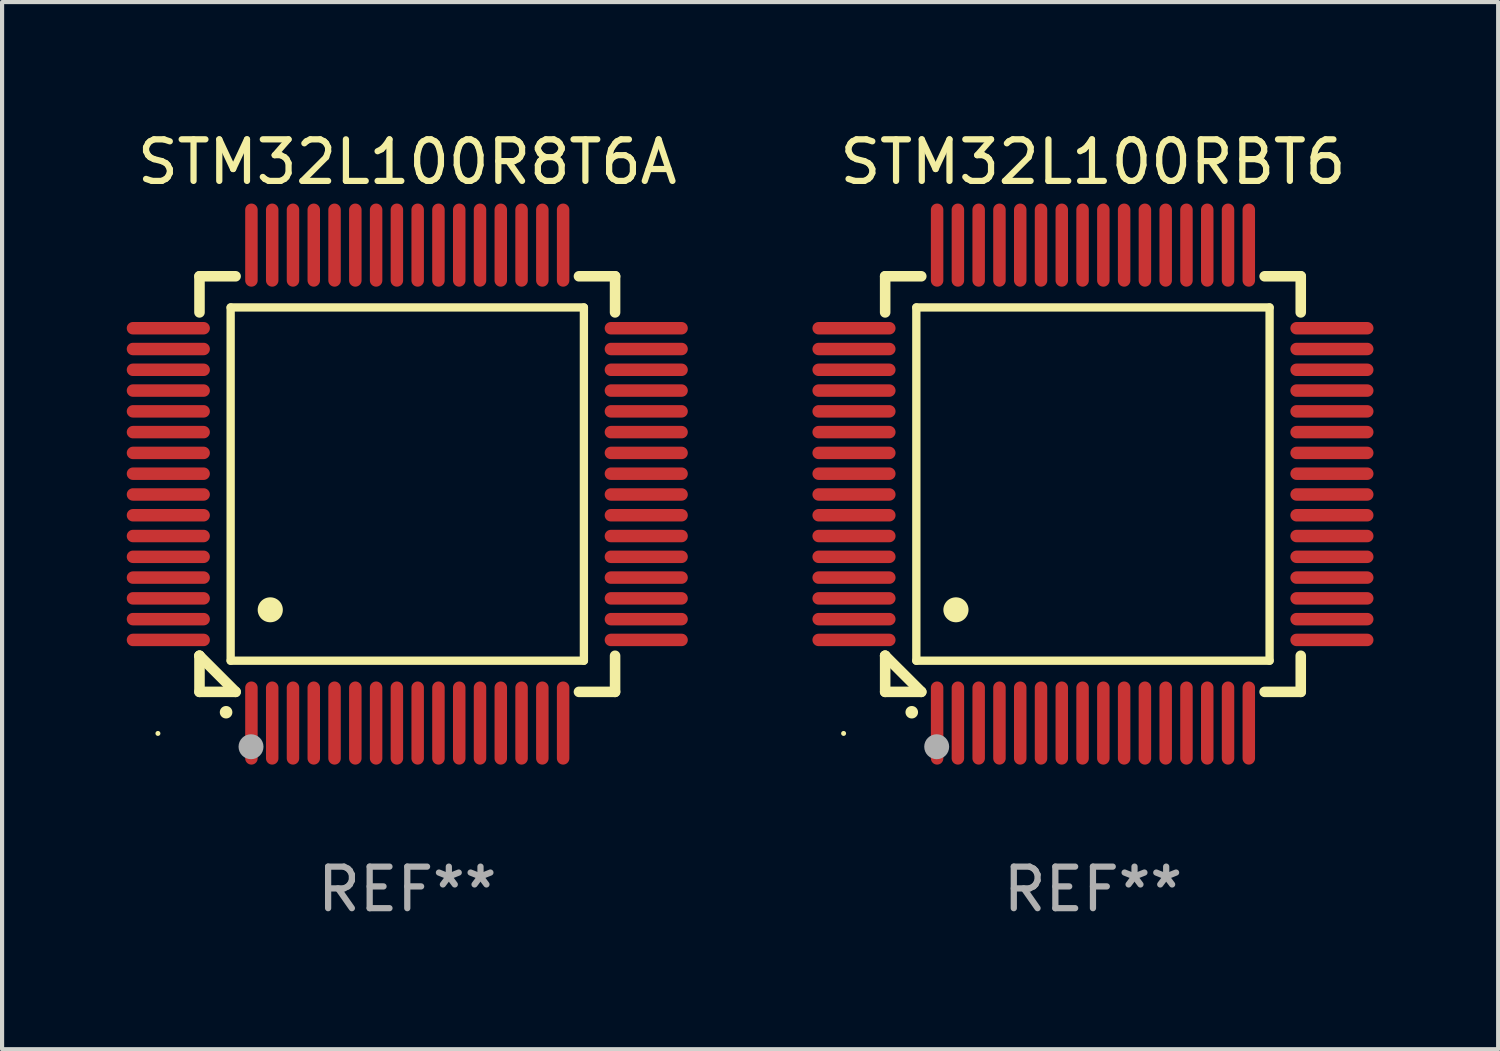
<source format=kicad_pcb>
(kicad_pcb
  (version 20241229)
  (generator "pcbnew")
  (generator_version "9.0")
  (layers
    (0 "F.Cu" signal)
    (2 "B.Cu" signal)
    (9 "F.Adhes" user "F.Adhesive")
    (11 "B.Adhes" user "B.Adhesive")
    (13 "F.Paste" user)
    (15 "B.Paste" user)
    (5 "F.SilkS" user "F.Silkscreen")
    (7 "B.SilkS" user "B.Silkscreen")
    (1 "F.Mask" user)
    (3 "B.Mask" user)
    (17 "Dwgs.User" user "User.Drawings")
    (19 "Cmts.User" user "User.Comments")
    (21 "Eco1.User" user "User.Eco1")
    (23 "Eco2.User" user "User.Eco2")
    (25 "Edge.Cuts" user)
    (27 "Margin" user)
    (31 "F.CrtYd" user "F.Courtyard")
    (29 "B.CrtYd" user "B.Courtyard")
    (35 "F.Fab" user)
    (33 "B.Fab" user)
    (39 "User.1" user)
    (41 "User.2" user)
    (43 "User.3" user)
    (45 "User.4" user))
  (footprint "STM32L100RBT6"
    (layer "F.Cu")
    (at 23.249 8.598)
    (property "Reference" "STM32L100RBT6" (at 0 -7.75 0) (layer "F.SilkS") (effects (font (size 1 1) (thickness 0.15))))
    (attr through_hole)
    (fp_line (start -5 -5) (end -4.131 -5) (stroke (width 0.254) (type solid)) (layer "F.SilkS"))
    (fp_line (start -5 -4.131) (end -5 -5) (stroke (width 0.254) (type solid)) (layer "F.SilkS"))
    (fp_line (start -5 4.131) (end -5 4.131) (stroke (width 0.254) (type solid)) (layer "F.SilkS"))
    (fp_line (start -5 5) (end -5 4.131) (stroke (width 0.254) (type solid)) (layer "F.SilkS"))
    (fp_line (start -5 4.131) (end -4.131 5) (stroke (width 0.254) (type solid)) (layer "F.SilkS"))
    (fp_line (start -4.25 -4.25) (end -4.25 4.25) (stroke (width 0.2) (type solid)) (layer "F.SilkS"))
    (fp_line (start -4.25 4.25) (end 4.25 4.25) (stroke (width 0.2) (type solid)) (layer "F.SilkS"))
    (fp_line (start -4.131 5) (end -5 5) (stroke (width 0.254) (type solid)) (layer "F.SilkS"))
    (fp_line (start 4.25 -4.25) (end -4.25 -4.25) (stroke (width 0.2) (type solid)) (layer "F.SilkS"))
    (fp_line (start 4.25 4.25) (end 4.25 -4.25) (stroke (width 0.2) (type solid)) (layer "F.SilkS"))
    (fp_line (start 5 -5) (end 4.131 -5) (stroke (width 0.254) (type solid)) (layer "F.SilkS"))
    (fp_line (start 5 -5) (end 5 -4.131) (stroke (width 0.254) (type solid)) (layer "F.SilkS"))
    (fp_line (start 5 4.131) (end 5 5) (stroke (width 0.254) (type solid)) (layer "F.SilkS"))
    (fp_line (start 5 5) (end 4.131 5) (stroke (width 0.254) (type solid)) (layer "F.SilkS"))
    (fp_arc (start -4.361265 5.489992) (mid -4.359995 5.489987) (end -4.358725 5.489992) (stroke (width 0.3) (type solid)) (layer "F.SilkS"))
    (fp_arc (start -3.299467 3.025146) (mid -3.296927 3.025135) (end -3.294387 3.025146) (stroke (width 0.6) (type solid)) (layer "F.SilkS"))
    (fp_circle (center -6 6) (end -5.97 6) (stroke (width 0.06) (type solid)) (fill no) (layer "F.SilkS"))
    (fp_circle (center -3.76 6.32) (end -3.61 6.32) (stroke (width 0.3) (type solid)) (fill no) (layer "F.Fab"))
    (fp_text user "REF**" (at 0 9.75 0) (layer "F.Fab") (effects (font (size 1 1) (thickness 0.15))))
    (pad "1" smd oval (at -3.75 5.75) (size 0.3 2) (layers "F.Cu" "F.Mask" "F.Paste"))
    (pad "2" smd oval (at -3.25 5.75) (size 0.3 2) (layers "F.Cu" "F.Mask" "F.Paste"))
    (pad "3" smd oval (at -2.75 5.75) (size 0.3 2) (layers "F.Cu" "F.Mask" "F.Paste"))
    (pad "4" smd oval (at -2.25 5.75) (size 0.3 2) (layers "F.Cu" "F.Mask" "F.Paste"))
    (pad "5" smd oval (at -1.75 5.75) (size 0.3 2) (layers "F.Cu" "F.Mask" "F.Paste"))
    (pad "6" smd oval (at -1.25 5.75) (size 0.3 2) (layers "F.Cu" "F.Mask" "F.Paste"))
    (pad "7" smd oval (at -0.75 5.75) (size 0.3 2) (layers "F.Cu" "F.Mask" "F.Paste"))
    (pad "8" smd oval (at -0.25 5.75) (size 0.3 2) (layers "F.Cu" "F.Mask" "F.Paste"))
    (pad "9" smd oval (at 0.25 5.75) (size 0.3 2) (layers "F.Cu" "F.Mask" "F.Paste"))
    (pad "10" smd oval (at 0.75 5.75) (size 0.3 2) (layers "F.Cu" "F.Mask" "F.Paste"))
    (pad "11" smd oval (at 1.25 5.75) (size 0.3 2) (layers "F.Cu" "F.Mask" "F.Paste"))
    (pad "12" smd oval (at 1.75 5.75) (size 0.3 2) (layers "F.Cu" "F.Mask" "F.Paste"))
    (pad "13" smd oval (at 2.25 5.75) (size 0.3 2) (layers "F.Cu" "F.Mask" "F.Paste"))
    (pad "14" smd oval (at 2.75 5.75) (size 0.3 2) (layers "F.Cu" "F.Mask" "F.Paste"))
    (pad "15" smd oval (at 3.25 5.75) (size 0.3 2) (layers "F.Cu" "F.Mask" "F.Paste"))
    (pad "16" smd oval (at 3.75 5.75) (size 0.3 2) (layers "F.Cu" "F.Mask" "F.Paste"))
    (pad "17" smd oval (at 5.75 3.75) (size 2 0.3) (layers "F.Cu" "F.Mask" "F.Paste"))
    (pad "18" smd oval (at 5.75 3.25) (size 2 0.3) (layers "F.Cu" "F.Mask" "F.Paste"))
    (pad "19" smd oval (at 5.75 2.75) (size 2 0.3) (layers "F.Cu" "F.Mask" "F.Paste"))
    (pad "20" smd oval (at 5.75 2.25) (size 2 0.3) (layers "F.Cu" "F.Mask" "F.Paste"))
    (pad "21" smd oval (at 5.75 1.75) (size 2 0.3) (layers "F.Cu" "F.Mask" "F.Paste"))
    (pad "22" smd oval (at 5.75 1.25) (size 2 0.3) (layers "F.Cu" "F.Mask" "F.Paste"))
    (pad "23" smd oval (at 5.75 0.75) (size 2 0.3) (layers "F.Cu" "F.Mask" "F.Paste"))
    (pad "24" smd oval (at 5.75 0.25) (size 2 0.3) (layers "F.Cu" "F.Mask" "F.Paste"))
    (pad "25" smd oval (at 5.75 -0.25) (size 2 0.3) (layers "F.Cu" "F.Mask" "F.Paste"))
    (pad "26" smd oval (at 5.75 -0.75) (size 2 0.3) (layers "F.Cu" "F.Mask" "F.Paste"))
    (pad "27" smd oval (at 5.75 -1.25) (size 2 0.3) (layers "F.Cu" "F.Mask" "F.Paste"))
    (pad "28" smd oval (at 5.75 -1.75) (size 2 0.3) (layers "F.Cu" "F.Mask" "F.Paste"))
    (pad "29" smd oval (at 5.75 -2.25) (size 2 0.3) (layers "F.Cu" "F.Mask" "F.Paste"))
    (pad "30" smd oval (at 5.75 -2.75) (size 2 0.3) (layers "F.Cu" "F.Mask" "F.Paste"))
    (pad "31" smd oval (at 5.75 -3.25) (size 2 0.3) (layers "F.Cu" "F.Mask" "F.Paste"))
    (pad "32" smd oval (at 5.75 -3.75) (size 2 0.3) (layers "F.Cu" "F.Mask" "F.Paste"))
    (pad "33" smd oval (at 3.75 -5.75) (size 0.3 2) (layers "F.Cu" "F.Mask" "F.Paste"))
    (pad "34" smd oval (at 3.25 -5.75) (size 0.3 2) (layers "F.Cu" "F.Mask" "F.Paste"))
    (pad "35" smd oval (at 2.75 -5.75) (size 0.3 2) (layers "F.Cu" "F.Mask" "F.Paste"))
    (pad "36" smd oval (at 2.25 -5.75) (size 0.3 2) (layers "F.Cu" "F.Mask" "F.Paste"))
    (pad "37" smd oval (at 1.75 -5.75) (size 0.3 2) (layers "F.Cu" "F.Mask" "F.Paste"))
    (pad "38" smd oval (at 1.25 -5.75) (size 0.3 2) (layers "F.Cu" "F.Mask" "F.Paste"))
    (pad "39" smd oval (at 0.75 -5.75) (size 0.3 2) (layers "F.Cu" "F.Mask" "F.Paste"))
    (pad "40" smd oval (at 0.25 -5.75) (size 0.3 2) (layers "F.Cu" "F.Mask" "F.Paste"))
    (pad "41" smd oval (at -0.25 -5.75) (size 0.3 2) (layers "F.Cu" "F.Mask" "F.Paste"))
    (pad "42" smd oval (at -0.75 -5.75) (size 0.3 2) (layers "F.Cu" "F.Mask" "F.Paste"))
    (pad "43" smd oval (at -1.25 -5.75) (size 0.3 2) (layers "F.Cu" "F.Mask" "F.Paste"))
    (pad "44" smd oval (at -1.75 -5.75) (size 0.3 2) (layers "F.Cu" "F.Mask" "F.Paste"))
    (pad "45" smd oval (at -2.25 -5.75) (size 0.3 2) (layers "F.Cu" "F.Mask" "F.Paste"))
    (pad "46" smd oval (at -2.75 -5.75) (size 0.3 2) (layers "F.Cu" "F.Mask" "F.Paste"))
    (pad "47" smd oval (at -3.25 -5.75) (size 0.3 2) (layers "F.Cu" "F.Mask" "F.Paste"))
    (pad "48" smd oval (at -3.75 -5.75) (size 0.3 2) (layers "F.Cu" "F.Mask" "F.Paste"))
    (pad "49" smd oval (at -5.75 -3.75) (size 2 0.3) (layers "F.Cu" "F.Mask" "F.Paste"))
    (pad "50" smd oval (at -5.75 -3.25) (size 2 0.3) (layers "F.Cu" "F.Mask" "F.Paste"))
    (pad "51" smd oval (at -5.75 -2.75) (size 2 0.3) (layers "F.Cu" "F.Mask" "F.Paste"))
    (pad "52" smd oval (at -5.75 -2.25) (size 2 0.3) (layers "F.Cu" "F.Mask" "F.Paste"))
    (pad "53" smd oval (at -5.75 -1.75) (size 2 0.3) (layers "F.Cu" "F.Mask" "F.Paste"))
    (pad "54" smd oval (at -5.75 -1.25) (size 2 0.3) (layers "F.Cu" "F.Mask" "F.Paste"))
    (pad "55" smd oval (at -5.75 -0.75) (size 2 0.3) (layers "F.Cu" "F.Mask" "F.Paste"))
    (pad "56" smd oval (at -5.75 -0.25) (size 2 0.3) (layers "F.Cu" "F.Mask" "F.Paste"))
    (pad "57" smd oval (at -5.75 0.25) (size 2 0.3) (layers "F.Cu" "F.Mask" "F.Paste"))
    (pad "58" smd oval (at -5.75 0.75) (size 2 0.3) (layers "F.Cu" "F.Mask" "F.Paste"))
    (pad "59" smd oval (at -5.75 1.25) (size 2 0.3) (layers "F.Cu" "F.Mask" "F.Paste"))
    (pad "60" smd oval (at -5.75 1.75) (size 2 0.3) (layers "F.Cu" "F.Mask" "F.Paste"))
    (pad "61" smd oval (at -5.75 2.25) (size 2 0.3) (layers "F.Cu" "F.Mask" "F.Paste"))
    (pad "62" smd oval (at -5.75 2.75) (size 2 0.3) (layers "F.Cu" "F.Mask" "F.Paste"))
    (pad "63" smd oval (at -5.75 3.25) (size 2 0.3) (layers "F.Cu" "F.Mask" "F.Paste"))
    (pad "64" smd oval (at -5.75 3.75) (size 2 0.3) (layers "F.Cu" "F.Mask" "F.Paste")))
  (footprint "STM32L100R8T6A"
    (layer "F.Cu")
    (at 6.75 8.598)
    (property "Reference" "STM32L100R8T6A" (at 0 -7.75 0) (layer "F.SilkS") (effects (font (size 1 1) (thickness 0.15))))
    (attr through_hole)
    (fp_line (start -5 -5) (end -4.131 -5) (stroke (width 0.254) (type solid)) (layer "F.SilkS"))
    (fp_line (start -5 -4.131) (end -5 -5) (stroke (width 0.254) (type solid)) (layer "F.SilkS"))
    (fp_line (start -5 4.131) (end -5 4.131) (stroke (width 0.254) (type solid)) (layer "F.SilkS"))
    (fp_line (start -5 5) (end -5 4.131) (stroke (width 0.254) (type solid)) (layer "F.SilkS"))
    (fp_line (start -5 4.131) (end -4.131 5) (stroke (width 0.254) (type solid)) (layer "F.SilkS"))
    (fp_line (start -4.25 -4.25) (end -4.25 4.25) (stroke (width 0.2) (type solid)) (layer "F.SilkS"))
    (fp_line (start -4.25 4.25) (end 4.25 4.25) (stroke (width 0.2) (type solid)) (layer "F.SilkS"))
    (fp_line (start -4.131 5) (end -5 5) (stroke (width 0.254) (type solid)) (layer "F.SilkS"))
    (fp_line (start 4.25 -4.25) (end -4.25 -4.25) (stroke (width 0.2) (type solid)) (layer "F.SilkS"))
    (fp_line (start 4.25 4.25) (end 4.25 -4.25) (stroke (width 0.2) (type solid)) (layer "F.SilkS"))
    (fp_line (start 5 -5) (end 4.131 -5) (stroke (width 0.254) (type solid)) (layer "F.SilkS"))
    (fp_line (start 5 -5) (end 5 -4.131) (stroke (width 0.254) (type solid)) (layer "F.SilkS"))
    (fp_line (start 5 4.131) (end 5 5) (stroke (width 0.254) (type solid)) (layer "F.SilkS"))
    (fp_line (start 5 5) (end 4.131 5) (stroke (width 0.254) (type solid)) (layer "F.SilkS"))
    (fp_arc (start -4.361265 5.489992) (mid -4.359995 5.489987) (end -4.358725 5.489992) (stroke (width 0.3) (type solid)) (layer "F.SilkS"))
    (fp_arc (start -3.299467 3.025146) (mid -3.296927 3.025135) (end -3.294387 3.025146) (stroke (width 0.6) (type solid)) (layer "F.SilkS"))
    (fp_circle (center -6 6) (end -5.97 6) (stroke (width 0.06) (type solid)) (fill no) (layer "F.SilkS"))
    (fp_circle (center -3.76 6.32) (end -3.61 6.32) (stroke (width 0.3) (type solid)) (fill no) (layer "F.Fab"))
    (fp_text user "REF**" (at 0 9.75 0) (layer "F.Fab") (effects (font (size 1 1) (thickness 0.15))))
    (pad "1" smd oval (at -3.75 5.75) (size 0.3 2) (layers "F.Cu" "F.Mask" "F.Paste"))
    (pad "2" smd oval (at -3.25 5.75) (size 0.3 2) (layers "F.Cu" "F.Mask" "F.Paste"))
    (pad "3" smd oval (at -2.75 5.75) (size 0.3 2) (layers "F.Cu" "F.Mask" "F.Paste"))
    (pad "4" smd oval (at -2.25 5.75) (size 0.3 2) (layers "F.Cu" "F.Mask" "F.Paste"))
    (pad "5" smd oval (at -1.75 5.75) (size 0.3 2) (layers "F.Cu" "F.Mask" "F.Paste"))
    (pad "6" smd oval (at -1.25 5.75) (size 0.3 2) (layers "F.Cu" "F.Mask" "F.Paste"))
    (pad "7" smd oval (at -0.75 5.75) (size 0.3 2) (layers "F.Cu" "F.Mask" "F.Paste"))
    (pad "8" smd oval (at -0.25 5.75) (size 0.3 2) (layers "F.Cu" "F.Mask" "F.Paste"))
    (pad "9" smd oval (at 0.25 5.75) (size 0.3 2) (layers "F.Cu" "F.Mask" "F.Paste"))
    (pad "10" smd oval (at 0.75 5.75) (size 0.3 2) (layers "F.Cu" "F.Mask" "F.Paste"))
    (pad "11" smd oval (at 1.25 5.75) (size 0.3 2) (layers "F.Cu" "F.Mask" "F.Paste"))
    (pad "12" smd oval (at 1.75 5.75) (size 0.3 2) (layers "F.Cu" "F.Mask" "F.Paste"))
    (pad "13" smd oval (at 2.25 5.75) (size 0.3 2) (layers "F.Cu" "F.Mask" "F.Paste"))
    (pad "14" smd oval (at 2.75 5.75) (size 0.3 2) (layers "F.Cu" "F.Mask" "F.Paste"))
    (pad "15" smd oval (at 3.25 5.75) (size 0.3 2) (layers "F.Cu" "F.Mask" "F.Paste"))
    (pad "16" smd oval (at 3.75 5.75) (size 0.3 2) (layers "F.Cu" "F.Mask" "F.Paste"))
    (pad "17" smd oval (at 5.75 3.75) (size 2 0.3) (layers "F.Cu" "F.Mask" "F.Paste"))
    (pad "18" smd oval (at 5.75 3.25) (size 2 0.3) (layers "F.Cu" "F.Mask" "F.Paste"))
    (pad "19" smd oval (at 5.75 2.75) (size 2 0.3) (layers "F.Cu" "F.Mask" "F.Paste"))
    (pad "20" smd oval (at 5.75 2.25) (size 2 0.3) (layers "F.Cu" "F.Mask" "F.Paste"))
    (pad "21" smd oval (at 5.75 1.75) (size 2 0.3) (layers "F.Cu" "F.Mask" "F.Paste"))
    (pad "22" smd oval (at 5.75 1.25) (size 2 0.3) (layers "F.Cu" "F.Mask" "F.Paste"))
    (pad "23" smd oval (at 5.75 0.75) (size 2 0.3) (layers "F.Cu" "F.Mask" "F.Paste"))
    (pad "24" smd oval (at 5.75 0.25) (size 2 0.3) (layers "F.Cu" "F.Mask" "F.Paste"))
    (pad "25" smd oval (at 5.75 -0.25) (size 2 0.3) (layers "F.Cu" "F.Mask" "F.Paste"))
    (pad "26" smd oval (at 5.75 -0.75) (size 2 0.3) (layers "F.Cu" "F.Mask" "F.Paste"))
    (pad "27" smd oval (at 5.75 -1.25) (size 2 0.3) (layers "F.Cu" "F.Mask" "F.Paste"))
    (pad "28" smd oval (at 5.75 -1.75) (size 2 0.3) (layers "F.Cu" "F.Mask" "F.Paste"))
    (pad "29" smd oval (at 5.75 -2.25) (size 2 0.3) (layers "F.Cu" "F.Mask" "F.Paste"))
    (pad "30" smd oval (at 5.75 -2.75) (size 2 0.3) (layers "F.Cu" "F.Mask" "F.Paste"))
    (pad "31" smd oval (at 5.75 -3.25) (size 2 0.3) (layers "F.Cu" "F.Mask" "F.Paste"))
    (pad "32" smd oval (at 5.75 -3.75) (size 2 0.3) (layers "F.Cu" "F.Mask" "F.Paste"))
    (pad "33" smd oval (at 3.75 -5.75) (size 0.3 2) (layers "F.Cu" "F.Mask" "F.Paste"))
    (pad "34" smd oval (at 3.25 -5.75) (size 0.3 2) (layers "F.Cu" "F.Mask" "F.Paste"))
    (pad "35" smd oval (at 2.75 -5.75) (size 0.3 2) (layers "F.Cu" "F.Mask" "F.Paste"))
    (pad "36" smd oval (at 2.25 -5.75) (size 0.3 2) (layers "F.Cu" "F.Mask" "F.Paste"))
    (pad "37" smd oval (at 1.75 -5.75) (size 0.3 2) (layers "F.Cu" "F.Mask" "F.Paste"))
    (pad "38" smd oval (at 1.25 -5.75) (size 0.3 2) (layers "F.Cu" "F.Mask" "F.Paste"))
    (pad "39" smd oval (at 0.75 -5.75) (size 0.3 2) (layers "F.Cu" "F.Mask" "F.Paste"))
    (pad "40" smd oval (at 0.25 -5.75) (size 0.3 2) (layers "F.Cu" "F.Mask" "F.Paste"))
    (pad "41" smd oval (at -0.25 -5.75) (size 0.3 2) (layers "F.Cu" "F.Mask" "F.Paste"))
    (pad "42" smd oval (at -0.75 -5.75) (size 0.3 2) (layers "F.Cu" "F.Mask" "F.Paste"))
    (pad "43" smd oval (at -1.25 -5.75) (size 0.3 2) (layers "F.Cu" "F.Mask" "F.Paste"))
    (pad "44" smd oval (at -1.75 -5.75) (size 0.3 2) (layers "F.Cu" "F.Mask" "F.Paste"))
    (pad "45" smd oval (at -2.25 -5.75) (size 0.3 2) (layers "F.Cu" "F.Mask" "F.Paste"))
    (pad "46" smd oval (at -2.75 -5.75) (size 0.3 2) (layers "F.Cu" "F.Mask" "F.Paste"))
    (pad "47" smd oval (at -3.25 -5.75) (size 0.3 2) (layers "F.Cu" "F.Mask" "F.Paste"))
    (pad "48" smd oval (at -3.75 -5.75) (size 0.3 2) (layers "F.Cu" "F.Mask" "F.Paste"))
    (pad "49" smd oval (at -5.75 -3.75) (size 2 0.3) (layers "F.Cu" "F.Mask" "F.Paste"))
    (pad "50" smd oval (at -5.75 -3.25) (size 2 0.3) (layers "F.Cu" "F.Mask" "F.Paste"))
    (pad "51" smd oval (at -5.75 -2.75) (size 2 0.3) (layers "F.Cu" "F.Mask" "F.Paste"))
    (pad "52" smd oval (at -5.75 -2.25) (size 2 0.3) (layers "F.Cu" "F.Mask" "F.Paste"))
    (pad "53" smd oval (at -5.75 -1.75) (size 2 0.3) (layers "F.Cu" "F.Mask" "F.Paste"))
    (pad "54" smd oval (at -5.75 -1.25) (size 2 0.3) (layers "F.Cu" "F.Mask" "F.Paste"))
    (pad "55" smd oval (at -5.75 -0.75) (size 2 0.3) (layers "F.Cu" "F.Mask" "F.Paste"))
    (pad "56" smd oval (at -5.75 -0.25) (size 2 0.3) (layers "F.Cu" "F.Mask" "F.Paste"))
    (pad "57" smd oval (at -5.75 0.25) (size 2 0.3) (layers "F.Cu" "F.Mask" "F.Paste"))
    (pad "58" smd oval (at -5.75 0.75) (size 2 0.3) (layers "F.Cu" "F.Mask" "F.Paste"))
    (pad "59" smd oval (at -5.75 1.25) (size 2 0.3) (layers "F.Cu" "F.Mask" "F.Paste"))
    (pad "60" smd oval (at -5.75 1.75) (size 2 0.3) (layers "F.Cu" "F.Mask" "F.Paste"))
    (pad "61" smd oval (at -5.75 2.25) (size 2 0.3) (layers "F.Cu" "F.Mask" "F.Paste"))
    (pad "62" smd oval (at -5.75 2.75) (size 2 0.3) (layers "F.Cu" "F.Mask" "F.Paste"))
    (pad "63" smd oval (at -5.75 3.25) (size 2 0.3) (layers "F.Cu" "F.Mask" "F.Paste"))
    (pad "64" smd oval (at -5.75 3.75) (size 2 0.3) (layers "F.Cu" "F.Mask" "F.Paste")))
  (gr_rect
    (start -3 -3)
    (end 32.999 22.196)
    (stroke (width 0.1) (type default))
    (fill no)
    (layer "Edge.Cuts")))
</source>
